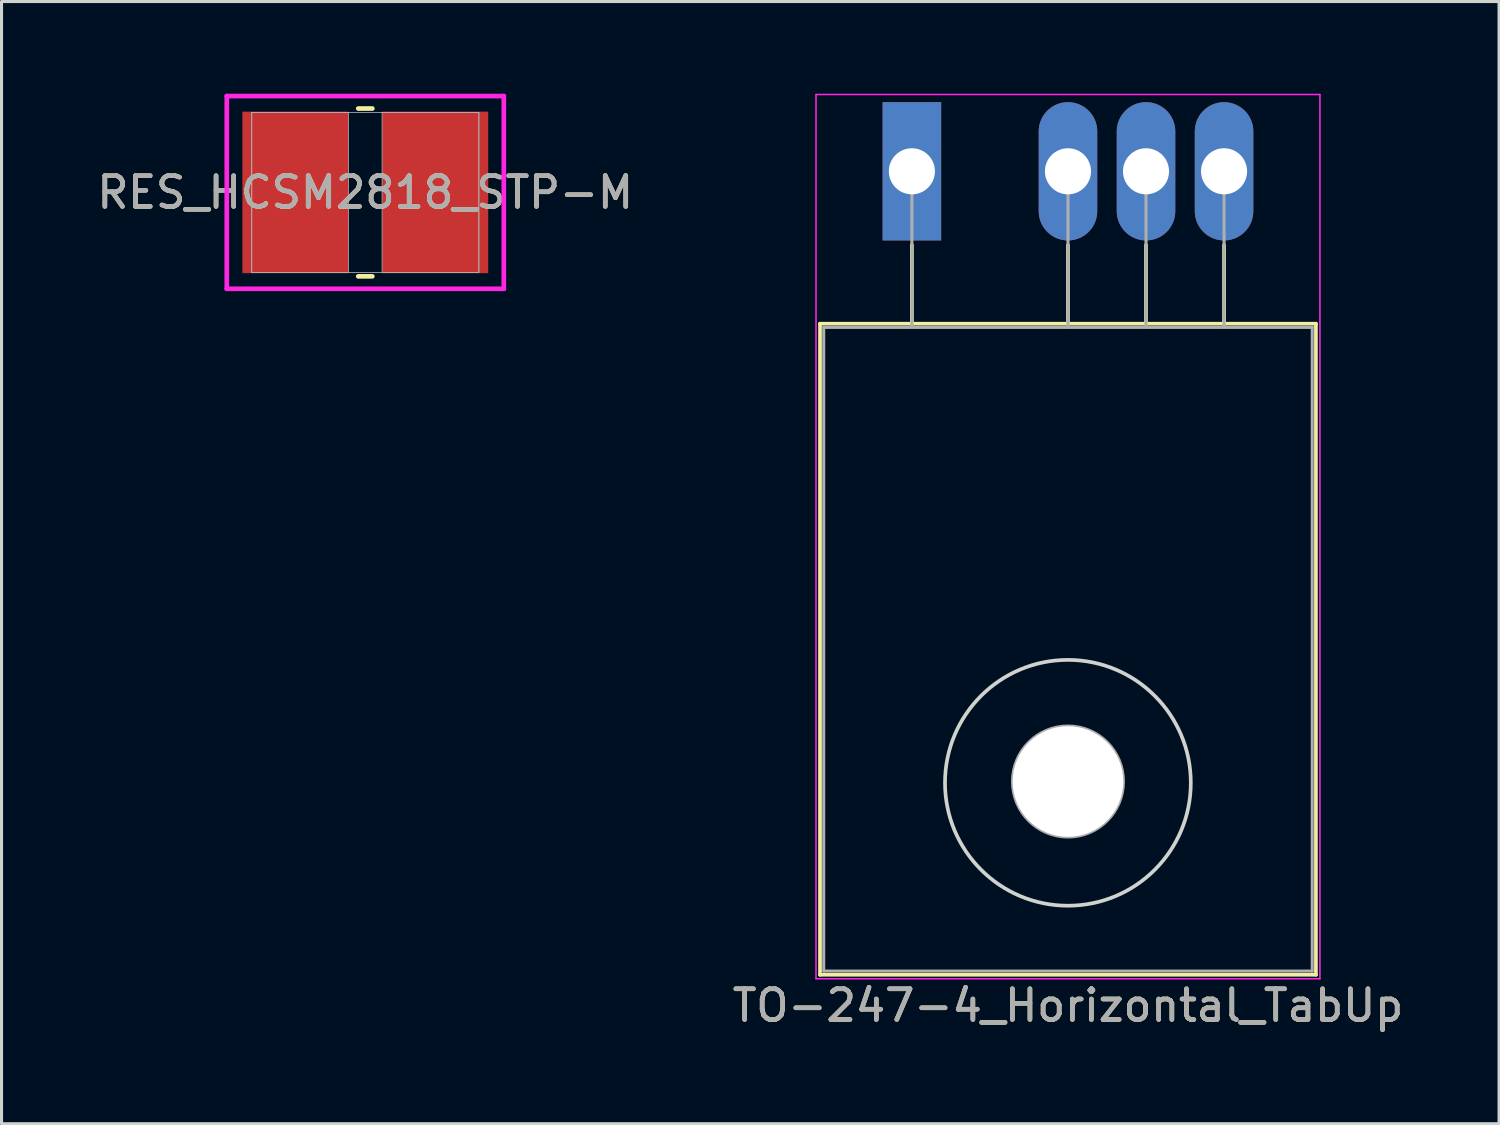
<source format=kicad_pcb>
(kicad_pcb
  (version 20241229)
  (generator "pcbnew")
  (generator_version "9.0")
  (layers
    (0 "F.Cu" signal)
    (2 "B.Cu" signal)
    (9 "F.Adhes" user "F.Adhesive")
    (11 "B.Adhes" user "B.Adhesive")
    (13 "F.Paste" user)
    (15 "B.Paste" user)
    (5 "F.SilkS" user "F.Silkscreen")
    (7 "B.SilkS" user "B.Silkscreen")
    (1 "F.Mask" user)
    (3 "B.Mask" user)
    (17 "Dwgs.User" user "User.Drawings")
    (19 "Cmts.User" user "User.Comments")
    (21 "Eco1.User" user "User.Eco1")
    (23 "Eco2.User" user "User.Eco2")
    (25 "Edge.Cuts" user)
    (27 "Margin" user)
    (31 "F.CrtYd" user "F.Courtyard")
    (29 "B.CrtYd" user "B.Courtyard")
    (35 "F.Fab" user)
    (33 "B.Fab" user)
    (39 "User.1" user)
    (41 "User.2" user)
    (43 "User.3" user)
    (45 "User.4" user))
  (footprint "RES_HCSM2818_STP-M"
    (layer "F.Cu")
    (at 8.839 3.213)
    (property "Reference" "RES_HCSM2818_STP-M" (at 0 0 0) (unlocked yes) (layer "F.SilkS") (effects (font (size 1 1) (thickness 0.15))))
    (attr smd)
    (fp_line (start -0.229 2.731) (end 0.229 2.731) (stroke (width 0.152) (type solid)) (layer "F.SilkS"))
    (fp_line (start 0.229 -2.731) (end -0.229 -2.731) (stroke (width 0.152) (type solid)) (layer "F.SilkS"))
    (fp_line (start -4.508 -3.137) (end 4.508 -3.137) (stroke (width 0.152) (type solid)) (layer "F.CrtYd"))
    (fp_line (start -4.508 3.137) (end -4.508 -3.137) (stroke (width 0.152) (type solid)) (layer "F.CrtYd"))
    (fp_line (start 4.508 -3.137) (end 4.508 3.137) (stroke (width 0.152) (type solid)) (layer "F.CrtYd"))
    (fp_line (start 4.508 3.137) (end -4.508 3.137) (stroke (width 0.152) (type solid)) (layer "F.CrtYd"))
    (fp_line (start -3.696 -2.603) (end -3.696 2.603) (stroke (width 0.025) (type solid)) (layer "F.Fab"))
    (fp_line (start -3.696 -2.603) (end -3.696 2.603) (stroke (width 0.025) (type solid)) (layer "F.Fab"))
    (fp_line (start -3.696 2.603) (end -0.546 2.603) (stroke (width 0.025) (type solid)) (layer "F.Fab"))
    (fp_line (start -3.696 2.603) (end 3.696 2.603) (stroke (width 0.025) (type solid)) (layer "F.Fab"))
    (fp_line (start -0.546 -2.603) (end -3.696 -2.603) (stroke (width 0.025) (type solid)) (layer "F.Fab"))
    (fp_line (start -0.546 2.603) (end -0.546 -2.603) (stroke (width 0.025) (type solid)) (layer "F.Fab"))
    (fp_line (start 0.546 -2.603) (end 0.546 2.603) (stroke (width 0.025) (type solid)) (layer "F.Fab"))
    (fp_line (start 0.546 2.603) (end 3.696 2.603) (stroke (width 0.025) (type solid)) (layer "F.Fab"))
    (fp_line (start 3.696 -2.603) (end -3.696 -2.603) (stroke (width 0.025) (type solid)) (layer "F.Fab"))
    (fp_line (start 3.696 -2.603) (end 0.546 -2.603) (stroke (width 0.025) (type solid)) (layer "F.Fab"))
    (fp_line (start 3.696 2.603) (end 3.696 -2.603) (stroke (width 0.025) (type solid)) (layer "F.Fab"))
    (fp_line (start 3.696 2.603) (end 3.696 -2.603) (stroke (width 0.025) (type solid)) (layer "F.Fab"))
    (fp_text user "${REFERENCE}" (at 0 0 0) (unlocked yes) (layer "F.Fab") (effects (font (size 1 1) (thickness 0.15))))
    (pad "1" smd rect (at -2.273 0) (size 3.454 5.258) (layers "F.Cu" "F.Mask" "F.Paste"))
    (pad "2" smd rect (at 2.273 0) (size 3.454 5.258) (layers "F.Cu" "F.Mask" "F.Paste"))
    (zone (net_name "") (layer "F.Cu") (hatch full 0.508) (connect_pads) (min_thickness 0.254) (filled_areas_thickness no) (keepout (tracks not_allowed) (vias not_allowed) (pads allowed) (copperpour not_allowed) (footprints allowed)) (placement (enabled no)) (fill) (polygon (pts (xy 8.344 0.66) (xy 9.335 0.66) (xy 9.335 5.766) (xy 8.344 5.766)))))
  (footprint "TO-247-4_Horizontal_TabUp"
    (layer "F.Cu")
    (at 26.628 2.525)
    (property "Reference" "TO-247-4_Horizontal_TabUp" (at 5.08 27.15 0) (layer "F.SilkS") (effects (font (size 1 1) (thickness 0.15))))
    (attr through_hole)
    (fp_line (start -2.99 4.96) (end -2.99 26.15) (stroke (width 0.12) (type solid)) (layer "F.SilkS"))
    (fp_line (start -2.99 4.96) (end 13.15 4.96) (stroke (width 0.12) (type solid)) (layer "F.SilkS"))
    (fp_line (start -2.99 26.15) (end 13.15 26.15) (stroke (width 0.12) (type solid)) (layer "F.SilkS"))
    (fp_line (start 0 2.4) (end 0 4.96) (stroke (width 0.12) (type solid)) (layer "F.SilkS"))
    (fp_line (start 5.08 2.4) (end 5.08 4.96) (stroke (width 0.12) (type solid)) (layer "F.SilkS"))
    (fp_line (start 7.62 2.4) (end 7.62 4.96) (stroke (width 0.12) (type solid)) (layer "F.SilkS"))
    (fp_line (start 10.16 2.4) (end 10.16 4.96) (stroke (width 0.12) (type solid)) (layer "F.SilkS"))
    (fp_line (start 13.15 4.96) (end 13.15 26.15) (stroke (width 0.12) (type solid)) (layer "F.SilkS"))
    (fp_circle (center 5.078 19.902) (end 9.078 19.902) (stroke (width 0.12) (type solid)) (fill no) (layer "Edge.Cuts"))
    (fp_line (start -3.12 -2.5) (end -3.12 26.28) (stroke (width 0.05) (type solid)) (layer "F.CrtYd"))
    (fp_line (start -3.12 26.28) (end 13.28 26.28) (stroke (width 0.05) (type solid)) (layer "F.CrtYd"))
    (fp_line (start 13.28 -2.5) (end -3.12 -2.5) (stroke (width 0.05) (type solid)) (layer "F.CrtYd"))
    (fp_line (start 13.28 26.28) (end 13.28 -2.5) (stroke (width 0.05) (type solid)) (layer "F.CrtYd"))
    (fp_line (start -2.87 5.08) (end -2.87 26.03) (stroke (width 0.1) (type solid)) (layer "F.Fab"))
    (fp_line (start -2.87 26.03) (end 13.03 26.03) (stroke (width 0.1) (type solid)) (layer "F.Fab"))
    (fp_line (start 0 5.08) (end 0 0) (stroke (width 0.1) (type solid)) (layer "F.Fab"))
    (fp_line (start 5.08 5.08) (end 5.08 0) (stroke (width 0.1) (type solid)) (layer "F.Fab"))
    (fp_line (start 7.62 5.08) (end 7.62 0) (stroke (width 0.1) (type solid)) (layer "F.Fab"))
    (fp_line (start 10.16 5.08) (end 10.16 0) (stroke (width 0.1) (type solid)) (layer "F.Fab"))
    (fp_line (start 13.03 5.08) (end -2.87 5.08) (stroke (width 0.1) (type solid)) (layer "F.Fab"))
    (fp_line (start 13.03 26.03) (end 13.03 5.08) (stroke (width 0.1) (type solid)) (layer "F.Fab"))
    (fp_circle (center 5.08 19.86) (end 6.885 19.86) (stroke (width 0.1) (type solid)) (fill no) (layer "F.Fab"))
    (fp_text user "${REFERENCE}" (at 5.08 27.15 0) (layer "F.Fab") (effects (font (size 1 1) (thickness 0.15))))
    (pad "" np_thru_hole oval (at 5.08 19.86) (size 3.6 3.6) (drill 3.6) (layers "*.Cu" "*.Mask"))
    (pad "1" thru_hole rect (at 0 0) (size 1.905 4.5) (drill 1.5) (layers "*.Cu" "*.Mask"))
    (pad "2" thru_hole oval (at 5.08 0) (size 1.905 4.5) (drill 1.5) (layers "*.Cu" "*.Mask"))
    (pad "3" thru_hole oval (at 7.62 0) (size 1.905 4.5) (drill 1.5) (layers "*.Cu" "*.Mask"))
    (pad "4" thru_hole oval (at 10.16 0) (size 1.905 4.5) (drill 1.5) (layers "*.Cu" "*.Mask")))
  (gr_rect
    (start -3 -3)
    (end 45.738 33.523)
    (stroke (width 0.1) (type default))
    (fill no)
    (layer "Edge.Cuts")))
</source>
